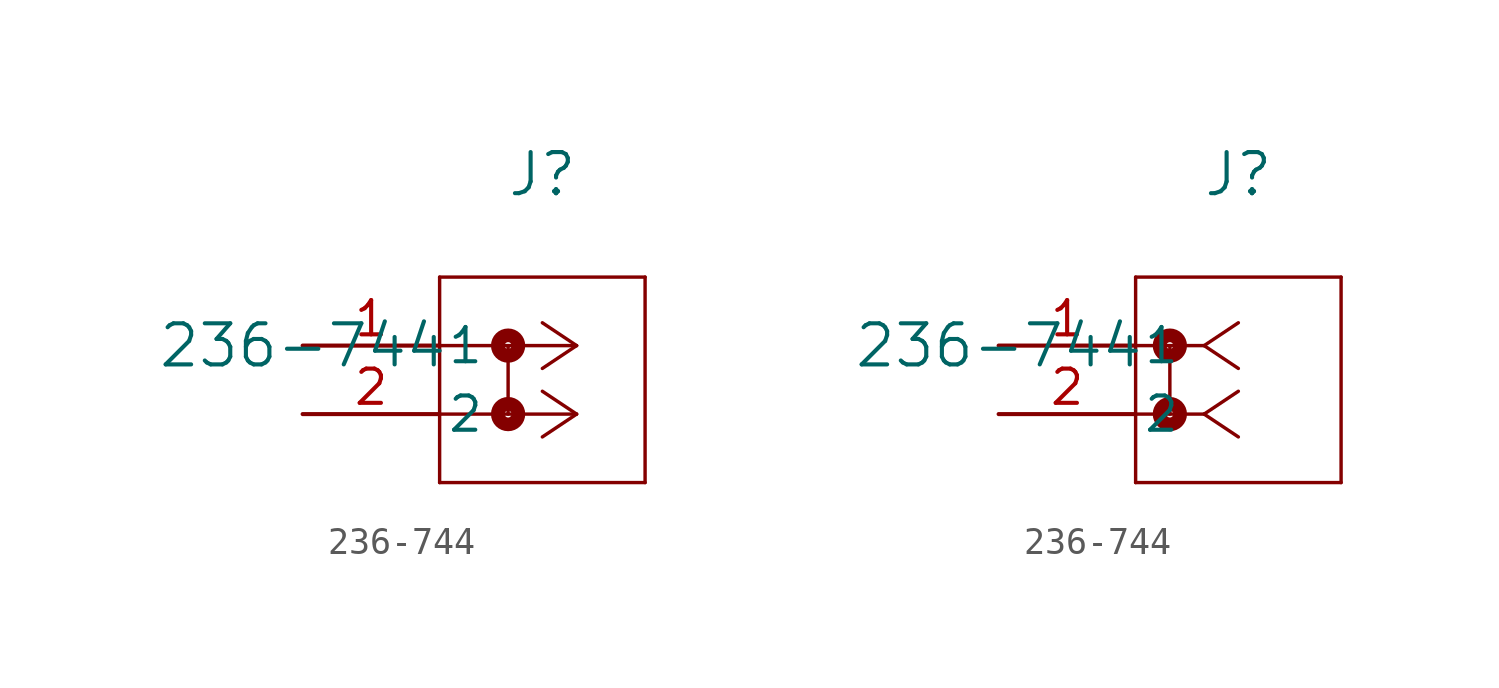
<source format=kicad_sym>
(kicad_symbol_lib
  (version 20211014)
  (generator kicad_symbol_editor)
  (symbol "236-744"
    (pin_names
      (offset 0.254))
    (property "Reference" "J"
      (at 8.89 6.35 0)
      (effects (font (size 1.524 1.524))))
    (property "Value" "236-744"
      (at 0 0 0)
      (effects (font (size 1.524 1.524))))
    (symbol "236-744_1_1"
      (polyline (pts (xy 10.16 0) (xy 5.08 0)) (stroke (width 0.127) (type default) (color 0 0 0 0)) (fill (type none)))
      (polyline (pts (xy 10.16 -2.54) (xy 5.08 -2.54)) (stroke (width 0.127) (type default) (color 0 0 0 0)) (fill (type none)))
      (polyline (pts (xy 10.16 0) (xy 8.89 0.847)) (stroke (width 0.127) (type default) (color 0 0 0 0)) (fill (type none)))
      (polyline (pts (xy 10.16 -2.54) (xy 8.89 -1.693)) (stroke (width 0.127) (type default) (color 0 0 0 0)) (fill (type none)))
      (polyline (pts (xy 10.16 0) (xy 8.89 -0.847)) (stroke (width 0.127) (type default) (color 0 0 0 0)) (fill (type none)))
      (polyline (pts (xy 10.16 -2.54) (xy 8.89 -3.387)) (stroke (width 0.127) (type default) (color 0 0 0 0)) (fill (type none)))
      (polyline (pts (xy 5.08 2.54) (xy 5.08 -5.08)) (stroke (width 0.127) (type default) (color 0 0 0 0)) (fill (type none)))
      (polyline (pts (xy 5.08 -5.08) (xy 12.7 -5.08)) (stroke (width 0.127) (type default) (color 0 0 0 0)) (fill (type none)))
      (polyline (pts (xy 12.7 -5.08) (xy 12.7 2.54)) (stroke (width 0.127) (type default) (color 0 0 0 0)) (fill (type none)))
      (polyline (pts (xy 12.7 2.54) (xy 5.08 2.54)) (stroke (width 0.127) (type default) (color 0 0 0 0)) (fill (type none)))
      (circle (center 7.62 0) (radius 0.127) (stroke (width 0.508) (type default) (color 0 0 0 0)) (fill (type none)))
      (circle (center 7.62 -2.54) (radius 0.127) (stroke (width 0.508) (type default) (color 0 0 0 0)) (fill (type none)))
      (polyline (pts (xy 7.62 0) (xy 7.62 -2.54)) (stroke (width 0.127) (type default) (color 0 0 0 0)) (fill (type none)))
      (pin unspecified line (at 0 0 0) (length 5.08) (name "1" (effects (font (size 1.27 1.27)))) (number "1" (effects (font (size 1.27 1.27)))))
      (pin unspecified line (at 0 -2.54 0) (length 5.08) (name "2" (effects (font (size 1.27 1.27)))) (number "2" (effects (font (size 1.27 1.27))))))
    (symbol "236-744_1_2"
      (polyline (pts (xy 7.62 0) (xy 5.08 0)) (stroke (width 0.127) (type default) (color 0 0 0 0)) (fill (type none)))
      (polyline (pts (xy 7.62 -2.54) (xy 5.08 -2.54)) (stroke (width 0.127) (type default) (color 0 0 0 0)) (fill (type none)))
      (polyline (pts (xy 7.62 0) (xy 8.89 0.847)) (stroke (width 0.127) (type default) (color 0 0 0 0)) (fill (type none)))
      (polyline (pts (xy 7.62 -2.54) (xy 8.89 -1.693)) (stroke (width 0.127) (type default) (color 0 0 0 0)) (fill (type none)))
      (polyline (pts (xy 7.62 0) (xy 8.89 -0.847)) (stroke (width 0.127) (type default) (color 0 0 0 0)) (fill (type none)))
      (polyline (pts (xy 7.62 -2.54) (xy 8.89 -3.387)) (stroke (width 0.127) (type default) (color 0 0 0 0)) (fill (type none)))
      (polyline (pts (xy 5.08 2.54) (xy 5.08 -5.08)) (stroke (width 0.127) (type default) (color 0 0 0 0)) (fill (type none)))
      (polyline (pts (xy 5.08 -5.08) (xy 12.7 -5.08)) (stroke (width 0.127) (type default) (color 0 0 0 0)) (fill (type none)))
      (polyline (pts (xy 12.7 -5.08) (xy 12.7 2.54)) (stroke (width 0.127) (type default) (color 0 0 0 0)) (fill (type none)))
      (polyline (pts (xy 12.7 2.54) (xy 5.08 2.54)) (stroke (width 0.127) (type default) (color 0 0 0 0)) (fill (type none)))
      (circle (center 6.35 -2.54) (radius 0.127) (stroke (width 0.508) (type default) (color 0 0 0 0)) (fill (type none)))
      (circle (center 6.35 0) (radius 0.127) (stroke (width 0.508) (type default) (color 0 0 0 0)) (fill (type none)))
      (polyline (pts (xy 6.35 0) (xy 6.35 -2.54)) (stroke (width 0.127) (type default) (color 0 0 0 0)) (fill (type none)))
      (pin unspecified line (at 0 0 0) (length 5.08) (name "1" (effects (font (size 1.27 1.27)))) (number "1" (effects (font (size 1.27 1.27)))))
      (pin unspecified line (at 0 -2.54 0) (length 5.08) (name "2" (effects (font (size 1.27 1.27)))) (number "2" (effects (font (size 1.27 1.27))))))))
</source>
